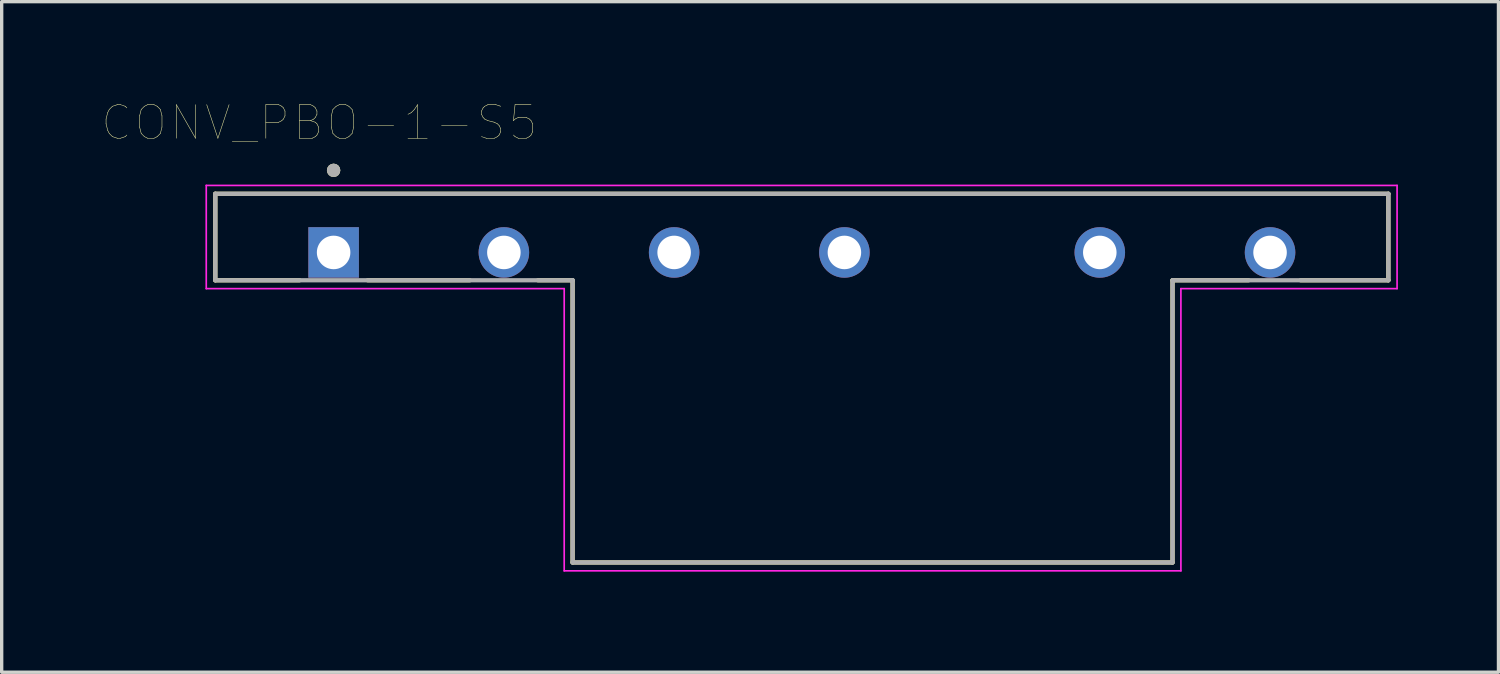
<source format=kicad_pcb>
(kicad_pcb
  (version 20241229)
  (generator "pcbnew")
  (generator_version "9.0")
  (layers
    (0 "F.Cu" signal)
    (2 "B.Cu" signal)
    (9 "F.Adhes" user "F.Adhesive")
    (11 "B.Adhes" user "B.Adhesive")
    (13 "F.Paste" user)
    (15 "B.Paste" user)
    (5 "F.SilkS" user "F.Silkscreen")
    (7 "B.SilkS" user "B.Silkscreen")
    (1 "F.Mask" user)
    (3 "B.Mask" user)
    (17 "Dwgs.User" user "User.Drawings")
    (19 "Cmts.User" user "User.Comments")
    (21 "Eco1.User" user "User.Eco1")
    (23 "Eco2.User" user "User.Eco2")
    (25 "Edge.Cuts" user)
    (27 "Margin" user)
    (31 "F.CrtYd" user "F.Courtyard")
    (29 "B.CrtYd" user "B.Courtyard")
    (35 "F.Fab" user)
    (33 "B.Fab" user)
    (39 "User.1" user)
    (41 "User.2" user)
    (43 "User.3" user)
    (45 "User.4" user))
  (footprint "CONV_PBO-1-S5"
    (layer "F.Cu")
    (at 6.904 4.482)
    (property "Reference" "CONV_PBO-1-S5" (at -0.426 -3.87 0) (layer "F.SilkS") (effects (font (size 1.001 1.001) (thickness 0.015))))
    (attr through_hole)
    (fp_line (start -3.53 -1.75) (end -3.53 0.83) (stroke (width 0.127) (type solid)) (layer "F.SilkS"))
    (fp_line (start -3.53 -1.75) (end 31.47 -1.75) (stroke (width 0.127) (type solid)) (layer "F.SilkS"))
    (fp_line (start -3.53 0.83) (end -1.016 0.83) (stroke (width 0.127) (type solid)) (layer "F.SilkS"))
    (fp_line (start 1.016 0.83) (end 4.064 0.83) (stroke (width 0.127) (type solid)) (layer "F.SilkS"))
    (fp_line (start 7.13 0.83) (end 6.096 0.83) (stroke (width 0.127) (type solid)) (layer "F.SilkS"))
    (fp_line (start 7.13 0.83) (end 7.13 9.25) (stroke (width 0.127) (type solid)) (layer "F.SilkS"))
    (fp_line (start 7.13 9.25) (end 25.03 9.25) (stroke (width 0.127) (type solid)) (layer "F.SilkS"))
    (fp_line (start 25.03 0.83) (end 27.3 0.83) (stroke (width 0.127) (type solid)) (layer "F.SilkS"))
    (fp_line (start 25.03 9.25) (end 25.03 0.83) (stroke (width 0.127) (type solid)) (layer "F.SilkS"))
    (fp_line (start 31.47 0.83) (end 28.85 0.83) (stroke (width 0.127) (type solid)) (layer "F.SilkS"))
    (fp_line (start 31.47 0.83) (end 31.47 -1.75) (stroke (width 0.127) (type solid)) (layer "F.SilkS"))
    (fp_circle (center 0 -2.45) (end 0.1 -2.45) (stroke (width 0.2) (type solid)) (fill no) (layer "F.SilkS"))
    (fp_line (start -3.8 -2) (end 31.73 -2) (stroke (width 0.05) (type solid)) (layer "F.CrtYd"))
    (fp_line (start -3.8 1.08) (end -3.8 -2) (stroke (width 0.05) (type solid)) (layer "F.CrtYd"))
    (fp_line (start 6.88 1.08) (end -3.8 1.08) (stroke (width 0.05) (type solid)) (layer "F.CrtYd"))
    (fp_line (start 6.88 9.5) (end 6.88 1.08) (stroke (width 0.05) (type solid)) (layer "F.CrtYd"))
    (fp_line (start 25.28 1.08) (end 25.28 9.5) (stroke (width 0.05) (type solid)) (layer "F.CrtYd"))
    (fp_line (start 25.28 9.5) (end 6.88 9.5) (stroke (width 0.05) (type solid)) (layer "F.CrtYd"))
    (fp_line (start 31.73 -2) (end 31.73 1.08) (stroke (width 0.05) (type solid)) (layer "F.CrtYd"))
    (fp_line (start 31.73 1.08) (end 25.28 1.08) (stroke (width 0.05) (type solid)) (layer "F.CrtYd"))
    (fp_line (start -3.53 -1.75) (end 31.47 -1.75) (stroke (width 0.127) (type solid)) (layer "F.Fab"))
    (fp_line (start -3.53 0.83) (end -3.53 -1.75) (stroke (width 0.127) (type solid)) (layer "F.Fab"))
    (fp_line (start 7.13 0.83) (end -3.53 0.83) (stroke (width 0.127) (type solid)) (layer "F.Fab"))
    (fp_line (start 7.13 9.25) (end 7.13 0.83) (stroke (width 0.127) (type solid)) (layer "F.Fab"))
    (fp_line (start 25.03 0.83) (end 25.03 9.25) (stroke (width 0.127) (type solid)) (layer "F.Fab"))
    (fp_line (start 25.03 9.25) (end 7.13 9.25) (stroke (width 0.127) (type solid)) (layer "F.Fab"))
    (fp_line (start 31.47 -1.75) (end 31.47 0.83) (stroke (width 0.127) (type solid)) (layer "F.Fab"))
    (fp_line (start 31.47 0.83) (end 25.03 0.83) (stroke (width 0.127) (type solid)) (layer "F.Fab"))
    (fp_circle (center 0 -2.45) (end 0.1 -2.45) (stroke (width 0.2) (type solid)) (fill no) (layer "F.Fab"))
    (pad "1" thru_hole rect (at 0 0) (size 1.508 1.508) (drill 1) (layers "*.Cu" "*.Mask"))
    (pad "3" thru_hole circle (at 5.08 0) (size 1.508 1.508) (drill 1) (layers "*.Cu" "*.Mask"))
    (pad "5" thru_hole circle (at 10.16 0) (size 1.508 1.508) (drill 1) (layers "*.Cu" "*.Mask"))
    (pad "7" thru_hole circle (at 15.24 0) (size 1.508 1.508) (drill 1) (layers "*.Cu" "*.Mask"))
    (pad "10" thru_hole circle (at 22.86 0) (size 1.508 1.508) (drill 1) (layers "*.Cu" "*.Mask"))
    (pad "12" thru_hole circle (at 27.94 0) (size 1.508 1.508) (drill 1) (layers "*.Cu" "*.Mask")))
  (gr_rect
    (start -3 -3)
    (end 41.659 17.007)
    (stroke (width 0.1) (type default))
    (fill no)
    (layer "Edge.Cuts")))
</source>
